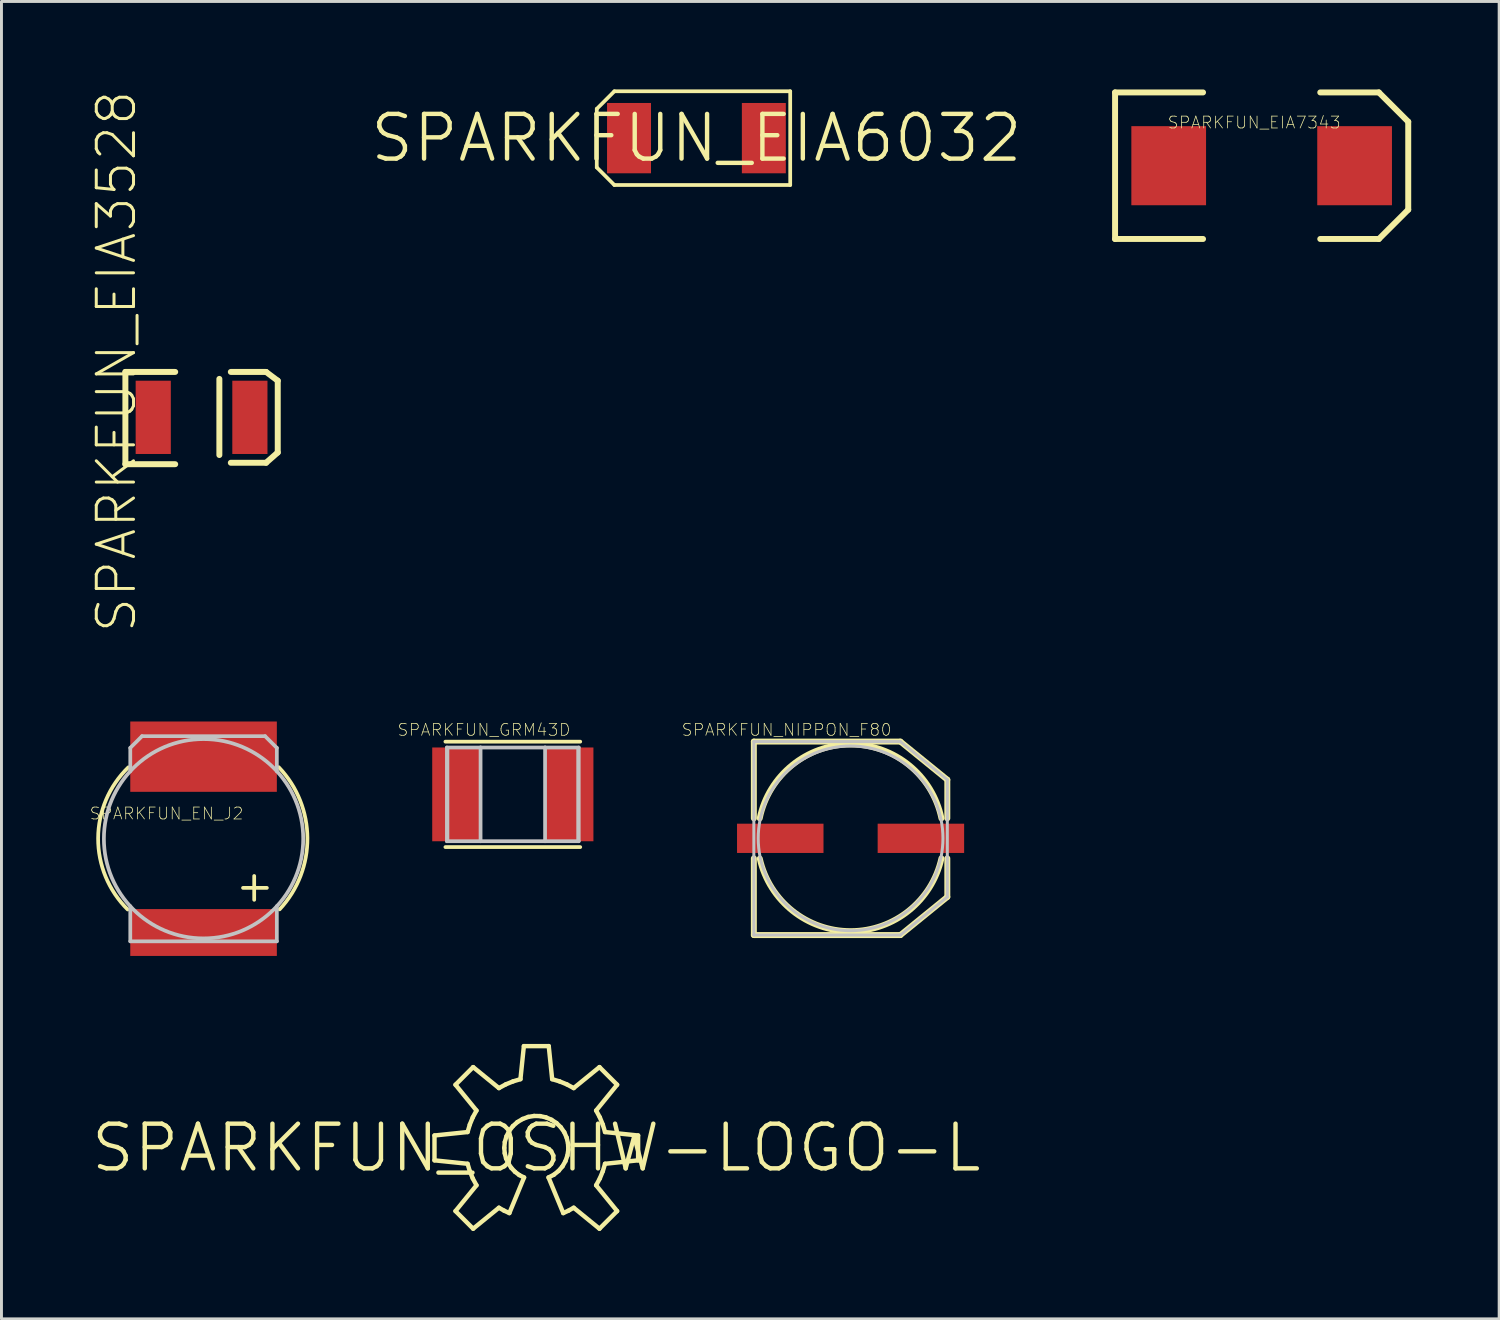
<source format=kicad_pcb>
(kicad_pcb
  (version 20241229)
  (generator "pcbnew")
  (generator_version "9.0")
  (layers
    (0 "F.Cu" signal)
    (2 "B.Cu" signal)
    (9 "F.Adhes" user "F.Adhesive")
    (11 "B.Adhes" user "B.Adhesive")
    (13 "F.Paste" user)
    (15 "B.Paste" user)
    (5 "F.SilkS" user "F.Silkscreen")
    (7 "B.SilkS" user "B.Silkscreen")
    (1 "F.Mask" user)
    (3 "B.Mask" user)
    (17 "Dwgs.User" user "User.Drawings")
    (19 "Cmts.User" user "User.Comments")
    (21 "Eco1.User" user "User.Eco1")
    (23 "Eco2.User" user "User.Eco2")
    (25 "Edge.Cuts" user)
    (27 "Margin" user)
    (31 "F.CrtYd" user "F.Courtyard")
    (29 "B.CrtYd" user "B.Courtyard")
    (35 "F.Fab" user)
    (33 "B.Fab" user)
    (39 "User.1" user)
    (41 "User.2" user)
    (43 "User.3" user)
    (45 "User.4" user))
  (footprint "SPARKFUN_OSHW-LOGO-L"
    (layer "F.Cu")
    (at 15.24 36.098)
    (property "Reference" "SPARKFUN_OSHW-LOGO-L" (at 0 0 0) (layer "F.SilkS") (effects (font (size 1.524 1.524) (thickness 0.15))))
    (attr exclude_from_pos_files exclude_from_bom)
    (fp_line (start -3.472 -0.424) (end -3.472 0.424) (stroke (width 0.15) (type solid)) (layer "F.SilkS"))
    (fp_line (start -3.472 0.424) (end -2.344 0.541) (stroke (width 0.15) (type solid)) (layer "F.SilkS"))
    (fp_line (start -2.756 -2.154) (end -2.04 -1.275) (stroke (width 0.15) (type solid)) (layer "F.SilkS"))
    (fp_line (start -2.756 2.154) (end -2.154 2.756) (stroke (width 0.15) (type solid)) (layer "F.SilkS"))
    (fp_line (start -2.344 -0.541) (end -3.472 -0.424) (stroke (width 0.15) (type solid)) (layer "F.SilkS"))
    (fp_line (start -2.344 0.541) (end -2.268 0.795) (stroke (width 0.15) (type solid)) (layer "F.SilkS"))
    (fp_line (start -2.268 -0.795) (end -2.344 -0.541) (stroke (width 0.15) (type solid)) (layer "F.SilkS"))
    (fp_line (start -2.268 0.795) (end -2.167 1.041) (stroke (width 0.15) (type solid)) (layer "F.SilkS"))
    (fp_line (start -2.167 -1.041) (end -2.268 -0.795) (stroke (width 0.15) (type solid)) (layer "F.SilkS"))
    (fp_line (start -2.167 1.041) (end -2.04 1.275) (stroke (width 0.15) (type solid)) (layer "F.SilkS"))
    (fp_line (start -2.154 -2.756) (end -2.756 -2.154) (stroke (width 0.15) (type solid)) (layer "F.SilkS"))
    (fp_line (start -2.154 2.756) (end -1.275 2.04) (stroke (width 0.15) (type solid)) (layer "F.SilkS"))
    (fp_line (start -2.04 -1.275) (end -2.167 -1.041) (stroke (width 0.15) (type solid)) (layer "F.SilkS"))
    (fp_line (start -2.04 1.275) (end -2.756 2.154) (stroke (width 0.15) (type solid)) (layer "F.SilkS"))
    (fp_line (start -1.275 -2.04) (end -2.154 -2.756) (stroke (width 0.15) (type solid)) (layer "F.SilkS"))
    (fp_line (start -1.275 2.04) (end -1.1 2.139) (stroke (width 0.15) (type solid)) (layer "F.SilkS"))
    (fp_line (start -1.1 2.139) (end -0.919 2.223) (stroke (width 0.15) (type solid)) (layer "F.SilkS"))
    (fp_line (start -1.092 0) (end -1.074 -0.203) (stroke (width 0.15) (type solid)) (layer "F.SilkS"))
    (fp_line (start -1.077 0.183) (end -1.092 0) (stroke (width 0.15) (type solid)) (layer "F.SilkS"))
    (fp_line (start -1.074 -0.203) (end -1.016 -0.399) (stroke (width 0.15) (type solid)) (layer "F.SilkS"))
    (fp_line (start -1.041 -2.167) (end -1.275 -2.04) (stroke (width 0.15) (type solid)) (layer "F.SilkS"))
    (fp_line (start -1.031 0.361) (end -1.077 0.183) (stroke (width 0.15) (type solid)) (layer "F.SilkS"))
    (fp_line (start -1.016 -0.399) (end -0.925 -0.582) (stroke (width 0.15) (type solid)) (layer "F.SilkS"))
    (fp_line (start -0.955 0.528) (end -1.031 0.361) (stroke (width 0.15) (type solid)) (layer "F.SilkS"))
    (fp_line (start -0.925 -0.582) (end -0.798 -0.744) (stroke (width 0.15) (type solid)) (layer "F.SilkS"))
    (fp_line (start -0.919 2.223) (end -0.417 1.008) (stroke (width 0.15) (type solid)) (layer "F.SilkS"))
    (fp_line (start -0.853 0.681) (end -0.955 0.528) (stroke (width 0.15) (type solid)) (layer "F.SilkS"))
    (fp_line (start -0.798 -0.744) (end -0.645 -0.881) (stroke (width 0.15) (type solid)) (layer "F.SilkS"))
    (fp_line (start -0.795 -2.268) (end -1.041 -2.167) (stroke (width 0.15) (type solid)) (layer "F.SilkS"))
    (fp_line (start -0.726 0.815) (end -0.853 0.681) (stroke (width 0.15) (type solid)) (layer "F.SilkS"))
    (fp_line (start -0.645 -0.881) (end -0.467 -0.986) (stroke (width 0.15) (type solid)) (layer "F.SilkS"))
    (fp_line (start -0.582 0.925) (end -0.726 0.815) (stroke (width 0.15) (type solid)) (layer "F.SilkS"))
    (fp_line (start -0.541 -2.344) (end -0.795 -2.268) (stroke (width 0.15) (type solid)) (layer "F.SilkS"))
    (fp_line (start -0.467 -0.986) (end -0.277 -1.057) (stroke (width 0.15) (type solid)) (layer "F.SilkS"))
    (fp_line (start -0.424 -3.472) (end -0.541 -2.344) (stroke (width 0.15) (type solid)) (layer "F.SilkS"))
    (fp_line (start -0.417 1.008) (end -0.582 0.925) (stroke (width 0.15) (type solid)) (layer "F.SilkS"))
    (fp_line (start -0.277 -1.057) (end -0.074 -1.09) (stroke (width 0.15) (type solid)) (layer "F.SilkS"))
    (fp_line (start -0.074 -1.09) (end 0.13 -1.085) (stroke (width 0.15) (type solid)) (layer "F.SilkS"))
    (fp_line (start 0.13 -1.085) (end 0.33 -1.041) (stroke (width 0.15) (type solid)) (layer "F.SilkS"))
    (fp_line (start 0.33 -1.041) (end 0.518 -0.96) (stroke (width 0.15) (type solid)) (layer "F.SilkS"))
    (fp_line (start 0.417 1.008) (end 0.919 2.223) (stroke (width 0.15) (type solid)) (layer "F.SilkS"))
    (fp_line (start 0.424 -3.472) (end -0.424 -3.472) (stroke (width 0.15) (type solid)) (layer "F.SilkS"))
    (fp_line (start 0.518 -0.96) (end 0.688 -0.848) (stroke (width 0.15) (type solid)) (layer "F.SilkS"))
    (fp_line (start 0.541 -2.344) (end 0.424 -3.472) (stroke (width 0.15) (type solid)) (layer "F.SilkS"))
    (fp_line (start 0.599 0.914) (end 0.417 1.008) (stroke (width 0.15) (type solid)) (layer "F.SilkS"))
    (fp_line (start 0.688 -0.848) (end 0.836 -0.704) (stroke (width 0.15) (type solid)) (layer "F.SilkS"))
    (fp_line (start 0.759 0.785) (end 0.599 0.914) (stroke (width 0.15) (type solid)) (layer "F.SilkS"))
    (fp_line (start 0.795 -2.268) (end 0.541 -2.344) (stroke (width 0.15) (type solid)) (layer "F.SilkS"))
    (fp_line (start 0.836 -0.704) (end 0.953 -0.536) (stroke (width 0.15) (type solid)) (layer "F.SilkS"))
    (fp_line (start 0.892 0.63) (end 0.759 0.785) (stroke (width 0.15) (type solid)) (layer "F.SilkS"))
    (fp_line (start 0.919 2.223) (end 1.1 2.139) (stroke (width 0.15) (type solid)) (layer "F.SilkS"))
    (fp_line (start 0.953 -0.536) (end 1.036 -0.348) (stroke (width 0.15) (type solid)) (layer "F.SilkS"))
    (fp_line (start 0.993 0.452) (end 0.892 0.63) (stroke (width 0.15) (type solid)) (layer "F.SilkS"))
    (fp_line (start 1.036 -0.348) (end 1.082 -0.147) (stroke (width 0.15) (type solid)) (layer "F.SilkS"))
    (fp_line (start 1.041 -2.167) (end 0.795 -2.268) (stroke (width 0.15) (type solid)) (layer "F.SilkS"))
    (fp_line (start 1.062 0.257) (end 0.993 0.452) (stroke (width 0.15) (type solid)) (layer "F.SilkS"))
    (fp_line (start 1.082 -0.147) (end 1.092 0.056) (stroke (width 0.15) (type solid)) (layer "F.SilkS"))
    (fp_line (start 1.092 0.056) (end 1.062 0.257) (stroke (width 0.15) (type solid)) (layer "F.SilkS"))
    (fp_line (start 1.1 2.139) (end 1.275 2.04) (stroke (width 0.15) (type solid)) (layer "F.SilkS"))
    (fp_line (start 1.275 -2.04) (end 1.041 -2.167) (stroke (width 0.15) (type solid)) (layer "F.SilkS"))
    (fp_line (start 1.275 2.04) (end 2.154 2.756) (stroke (width 0.15) (type solid)) (layer "F.SilkS"))
    (fp_line (start 2.04 -1.275) (end 2.756 -2.154) (stroke (width 0.15) (type solid)) (layer "F.SilkS"))
    (fp_line (start 2.04 1.275) (end 2.167 1.041) (stroke (width 0.15) (type solid)) (layer "F.SilkS"))
    (fp_line (start 2.154 -2.756) (end 1.275 -2.04) (stroke (width 0.15) (type solid)) (layer "F.SilkS"))
    (fp_line (start 2.154 2.756) (end 2.756 2.154) (stroke (width 0.15) (type solid)) (layer "F.SilkS"))
    (fp_line (start 2.167 -1.041) (end 2.04 -1.275) (stroke (width 0.15) (type solid)) (layer "F.SilkS"))
    (fp_line (start 2.167 1.041) (end 2.268 0.795) (stroke (width 0.15) (type solid)) (layer "F.SilkS"))
    (fp_line (start 2.268 -0.795) (end 2.167 -1.041) (stroke (width 0.15) (type solid)) (layer "F.SilkS"))
    (fp_line (start 2.268 0.795) (end 2.344 0.541) (stroke (width 0.15) (type solid)) (layer "F.SilkS"))
    (fp_line (start 2.344 -0.541) (end 2.268 -0.795) (stroke (width 0.15) (type solid)) (layer "F.SilkS"))
    (fp_line (start 2.344 0.541) (end 3.472 0.424) (stroke (width 0.15) (type solid)) (layer "F.SilkS"))
    (fp_line (start 2.756 -2.154) (end 2.154 -2.756) (stroke (width 0.15) (type solid)) (layer "F.SilkS"))
    (fp_line (start 2.756 2.154) (end 2.04 1.275) (stroke (width 0.15) (type solid)) (layer "F.SilkS"))
    (fp_line (start 3.472 -0.424) (end 2.344 -0.541) (stroke (width 0.15) (type solid)) (layer "F.SilkS"))
    (fp_line (start 3.472 0.424) (end 3.472 -0.424) (stroke (width 0.15) (type solid)) (layer "F.SilkS")))
  (footprint "SPARKFUN_EIA6032"
    (layer "F.Cu")
    (at 20.701 1.661)
    (property "Reference" "SPARKFUN_EIA6032" (at 0 0 0) (layer "F.SilkS") (effects (font (size 1.524 1.524) (thickness 0.15))))
    (attr smd)
    (fp_line (start -3.399 -0.998) (end -3.399 0.998) (stroke (width 0.127) (type solid)) (layer "F.SilkS"))
    (fp_line (start -2.799 -1.598) (end -3.399 -0.998) (stroke (width 0.127) (type solid)) (layer "F.SilkS"))
    (fp_line (start -2.799 1.598) (end -3.399 0.998) (stroke (width 0.127) (type solid)) (layer "F.SilkS"))
    (fp_line (start -2.799 1.598) (end 3.198 1.598) (stroke (width 0.127) (type solid)) (layer "F.SilkS"))
    (fp_line (start 3.198 -1.598) (end -2.799 -1.598) (stroke (width 0.127) (type solid)) (layer "F.SilkS"))
    (fp_line (start 3.198 1.598) (end 3.198 -1.598) (stroke (width 0.127) (type solid)) (layer "F.SilkS"))
    (pad "P$1" smd rect (at -2.299 0) (size 1.499 2.398) (layers "F.Cu" "F.Mask" "F.Paste"))
    (pad "P$2" smd rect (at 2.299 0) (size 1.499 2.398) (layers "F.Cu" "F.Mask" "F.Paste")))
  (footprint "SPARKFUN_EIA7343"
    (layer "F.Cu")
    (at 39.977 2.601)
    (property "Reference" "SPARKFUN_EIA7343" (at -0.254 -1.473 0) (layer "F.SilkS") (effects (font (size 0.406 0.406) (thickness 0.025))))
    (attr smd)
    (fp_line (start -4.999 -2.499) (end -4.999 2.499) (stroke (width 0.203) (type solid)) (layer "F.SilkS"))
    (fp_line (start -4.999 -2.499) (end -1.999 -2.499) (stroke (width 0.203) (type solid)) (layer "F.SilkS"))
    (fp_line (start -4.999 2.499) (end -1.999 2.499) (stroke (width 0.203) (type solid)) (layer "F.SilkS"))
    (fp_line (start 1.999 -2.499) (end 3.998 -2.499) (stroke (width 0.203) (type solid)) (layer "F.SilkS"))
    (fp_line (start 3.998 -2.499) (end 4.999 -1.499) (stroke (width 0.203) (type solid)) (layer "F.SilkS"))
    (fp_line (start 3.998 2.499) (end 1.999 2.499) (stroke (width 0.203) (type solid)) (layer "F.SilkS"))
    (fp_line (start 4.999 -1.499) (end 4.999 1.499) (stroke (width 0.203) (type solid)) (layer "F.SilkS"))
    (fp_line (start 4.999 1.499) (end 3.998 2.499) (stroke (width 0.203) (type solid)) (layer "F.SilkS"))
    (pad "A" smd rect (at 3.17 0 180) (size 2.548 2.697) (layers "F.Cu" "F.Mask" "F.Paste"))
    (pad "C" smd rect (at -3.17 0 180) (size 2.548 2.697) (layers "F.Cu" "F.Mask" "F.Paste")))
  (footprint "SPARKFUN_NIPPON_F80"
    (layer "F.Cu")
    (at 25.958 25.54)
    (property "Reference" "SPARKFUN_NIPPON_F80" (at -2.182 -3.701 0) (layer "F.SilkS") (effects (font (size 0.406 0.406) (thickness 0.025))))
    (attr smd)
    (fp_line (start -3.299 -3.299) (end -3.299 -0.683) (stroke (width 0.203) (type solid)) (layer "F.SilkS"))
    (fp_line (start -3.299 -3.299) (end 1.699 -3.299) (stroke (width 0.203) (type solid)) (layer "F.SilkS"))
    (fp_line (start -3.299 3.299) (end -3.299 0.683) (stroke (width 0.203) (type solid)) (layer "F.SilkS"))
    (fp_line (start 1.699 -3.299) (end 3.299 -1.999) (stroke (width 0.203) (type solid)) (layer "F.SilkS"))
    (fp_line (start 1.699 3.299) (end -3.299 3.299) (stroke (width 0.203) (type solid)) (layer "F.SilkS"))
    (fp_line (start 3.299 -1.999) (end 3.299 -0.683) (stroke (width 0.203) (type solid)) (layer "F.SilkS"))
    (fp_line (start 3.299 1.999) (end 1.699 3.299) (stroke (width 0.203) (type solid)) (layer "F.SilkS"))
    (fp_line (start 3.299 1.999) (end 3.299 0.683) (stroke (width 0.203) (type solid)) (layer "F.SilkS"))
    (fp_arc (start -3.0988 -0.68326) (mid 0.000596 -3.203348) (end 3.099043 -0.682093) (stroke (width 0.2032) (type solid)) (layer "F.SilkS"))
    (fp_arc (start 3.0988 0.68326) (mid 0.004512 3.167259) (end -3.096824 0.692064) (stroke (width 0.2032) (type solid)) (layer "F.SilkS"))
    (fp_line (start -3.299 -3.299) (end -3.299 3.299) (stroke (width 0.102) (type solid)) (layer "Dwgs.User"))
    (fp_line (start -3.299 -3.299) (end 1.699 -3.299) (stroke (width 0.102) (type solid)) (layer "Dwgs.User"))
    (fp_line (start 1.699 -3.299) (end 3.299 -1.999) (stroke (width 0.102) (type solid)) (layer "Dwgs.User"))
    (fp_line (start 1.699 3.299) (end -3.299 3.299) (stroke (width 0.102) (type solid)) (layer "Dwgs.User"))
    (fp_line (start 3.299 -1.999) (end 3.299 1.999) (stroke (width 0.102) (type solid)) (layer "Dwgs.User"))
    (fp_line (start 3.299 1.999) (end 1.699 3.299) (stroke (width 0.102) (type solid)) (layer "Dwgs.User"))
    (fp_circle (center 0 0) (end 0 -3.15) (stroke (width 0.102) (type solid)) (fill no) (layer "Dwgs.User"))
    (pad "+" smd rect (at 2.398 0) (size 2.949 0.998) (layers "F.Cu" "F.Mask" "F.Paste"))
    (pad "-" smd rect (at -2.398 0) (size 2.949 0.998) (layers "F.Cu" "F.Mask" "F.Paste")))
  (footprint "SPARKFUN_GRM43D"
    (layer "F.Cu")
    (at 14.439 24.041)
    (property "Reference" "SPARKFUN_GRM43D" (at -0.983 -2.202 0) (layer "F.SilkS") (effects (font (size 0.406 0.406) (thickness 0.025))))
    (attr smd)
    (fp_line (start -2.299 -1.798) (end 2.299 -1.798) (stroke (width 0.127) (type solid)) (layer "F.SilkS"))
    (fp_line (start -2.299 1.798) (end 2.299 1.798) (stroke (width 0.127) (type solid)) (layer "F.SilkS"))
    (fp_line (start -2.248 -1.598) (end -2.248 1.598) (stroke (width 0.127) (type solid)) (layer "Dwgs.User"))
    (fp_line (start -2.248 1.598) (end -1.1 1.598) (stroke (width 0.127) (type solid)) (layer "Dwgs.User"))
    (fp_line (start -2.2 -1.598) (end -1.1 -1.598) (stroke (width 0.066) (type solid)) (layer "Dwgs.User"))
    (fp_line (start -2.2 1.598) (end -2.2 -1.598) (stroke (width 0.066) (type solid)) (layer "Dwgs.User"))
    (fp_line (start -2.2 1.598) (end -1.1 1.598) (stroke (width 0.066) (type solid)) (layer "Dwgs.User"))
    (fp_line (start -1.1 -1.598) (end -2.248 -1.598) (stroke (width 0.127) (type solid)) (layer "Dwgs.User"))
    (fp_line (start -1.1 -1.598) (end -1.1 1.598) (stroke (width 0.127) (type solid)) (layer "Dwgs.User"))
    (fp_line (start -1.1 1.598) (end -1.1 -1.598) (stroke (width 0.066) (type solid)) (layer "Dwgs.User"))
    (fp_line (start -1.1 1.598) (end 1.1 1.598) (stroke (width 0.127) (type solid)) (layer "Dwgs.User"))
    (fp_line (start 1.1 -1.598) (end -1.1 -1.598) (stroke (width 0.127) (type solid)) (layer "Dwgs.User"))
    (fp_line (start 1.1 -1.598) (end 1.1 1.598) (stroke (width 0.127) (type solid)) (layer "Dwgs.User"))
    (fp_line (start 1.1 -1.598) (end 2.2 -1.598) (stroke (width 0.066) (type solid)) (layer "Dwgs.User"))
    (fp_line (start 1.1 1.598) (end 1.1 -1.598) (stroke (width 0.066) (type solid)) (layer "Dwgs.User"))
    (fp_line (start 1.1 1.598) (end 2.2 1.598) (stroke (width 0.066) (type solid)) (layer "Dwgs.User"))
    (fp_line (start 1.1 1.598) (end 2.248 1.598) (stroke (width 0.127) (type solid)) (layer "Dwgs.User"))
    (fp_line (start 2.2 1.598) (end 2.2 -1.598) (stroke (width 0.066) (type solid)) (layer "Dwgs.User"))
    (fp_line (start 2.248 -1.598) (end 1.1 -1.598) (stroke (width 0.127) (type solid)) (layer "Dwgs.User"))
    (fp_line (start 2.248 1.598) (end 2.248 -1.598) (stroke (width 0.127) (type solid)) (layer "Dwgs.User"))
    (pad "A" smd rect (at 1.925 0 90) (size 3.198 1.648) (layers "F.Cu" "F.Mask" "F.Paste"))
    (pad "C" smd rect (at -1.925 0 90) (size 3.198 1.648) (layers "F.Cu" "F.Mask" "F.Paste")))
  (footprint "SPARKFUN_EN_J2"
    (layer "F.Cu")
    (at 3.892 25.554)
    (property "Reference" "SPARKFUN_EN_J2" (at -1.262 -0.861 0) (layer "F.SilkS") (effects (font (size 0.406 0.406) (thickness 0.025))))
    (attr smd)
    (fp_line (start 1.346 1.676) (end 2.159 1.676) (stroke (width 0.127) (type solid)) (layer "F.SilkS"))
    (fp_line (start 1.727 1.27) (end 1.727 2.083) (stroke (width 0.127) (type solid)) (layer "F.SilkS"))
    (fp_arc (start -2.58826 2.413) (mid -3.595962 -0.015773) (end -2.565722 -2.435071) (stroke (width 0.127) (type solid)) (layer "F.SilkS"))
    (fp_arc (start 2.5654 -2.4384) (mid 3.542805 -0.020832) (end 2.594 2.408103) (stroke (width 0.127) (type solid)) (layer "F.SilkS"))
    (fp_line (start -2.499 -3.099) (end -2.499 -2.299) (stroke (width 0.127) (type solid)) (layer "Dwgs.User"))
    (fp_line (start -2.499 3.498) (end -2.499 2.299) (stroke (width 0.127) (type solid)) (layer "Dwgs.User"))
    (fp_line (start -2.499 3.498) (end 2.499 3.498) (stroke (width 0.127) (type solid)) (layer "Dwgs.User"))
    (fp_line (start -2.098 -3.498) (end -2.499 -3.099) (stroke (width 0.127) (type solid)) (layer "Dwgs.User"))
    (fp_line (start -2.098 -3.498) (end 2.098 -3.498) (stroke (width 0.127) (type solid)) (layer "Dwgs.User"))
    (fp_line (start 2.098 -3.498) (end 2.499 -3.099) (stroke (width 0.127) (type solid)) (layer "Dwgs.User"))
    (fp_line (start 2.499 -3.099) (end 2.499 -2.299) (stroke (width 0.127) (type solid)) (layer "Dwgs.User"))
    (fp_line (start 2.499 3.498) (end 2.499 2.299) (stroke (width 0.127) (type solid)) (layer "Dwgs.User"))
    (fp_circle (center 0 0) (end 0 -3.399) (stroke (width 0.127) (type solid)) (fill no) (layer "Dwgs.User"))
    (pad "+" smd rect (at 0 3.198) (size 4.999 1.598) (layers "F.Cu" "F.Mask" "F.Paste"))
    (pad "-" smd rect (at 0 -2.799) (size 4.999 2.398) (layers "F.Cu" "F.Mask" "F.Paste")))
  (footprint "SPARKFUN_EIA3528"
    (layer "F.Cu")
    (at 3.824 11.183)
    (property "Reference" "SPARKFUN_EIA3528" (at -2.903 -1.905 90) (layer "F.SilkS") (effects (font (size 1.27 1.27) (thickness 0.102))))
    (attr smd)
    (fp_line (start -2.598 -1.549) (end -0.899 -1.549) (stroke (width 0.203) (type solid)) (layer "F.SilkS"))
    (fp_line (start -2.598 1.598) (end -2.598 -1.549) (stroke (width 0.203) (type solid)) (layer "F.SilkS"))
    (fp_line (start -0.899 1.598) (end -2.598 1.598) (stroke (width 0.203) (type solid)) (layer "F.SilkS"))
    (fp_line (start 0.607 -1.311) (end 0.607 1.285) (stroke (width 0.203) (type solid)) (layer "F.SilkS"))
    (fp_line (start 0.998 1.549) (end 2.2 1.549) (stroke (width 0.203) (type solid)) (layer "F.SilkS"))
    (fp_line (start 2.2 -1.549) (end 0.998 -1.549) (stroke (width 0.203) (type solid)) (layer "F.SilkS"))
    (fp_line (start 2.2 1.549) (end 2.598 1.199) (stroke (width 0.203) (type solid)) (layer "F.SilkS"))
    (fp_line (start 2.598 -1.25) (end 2.2 -1.549) (stroke (width 0.203) (type solid)) (layer "F.SilkS"))
    (fp_line (start 2.598 1.199) (end 2.598 -1.25) (stroke (width 0.203) (type solid)) (layer "F.SilkS"))
    (pad "A" smd rect (at 1.648 0 90) (size 2.499 1.199) (layers "F.Cu" "F.Mask" "F.Paste"))
    (pad "C" smd rect (at -1.648 0 90) (size 2.499 1.199) (layers "F.Cu" "F.Mask" "F.Paste")))
  (gr_rect
    (start -3 -3)
    (end 48.077 41.929)
    (stroke (width 0.1) (type default))
    (fill no)
    (layer "Edge.Cuts")))
</source>
